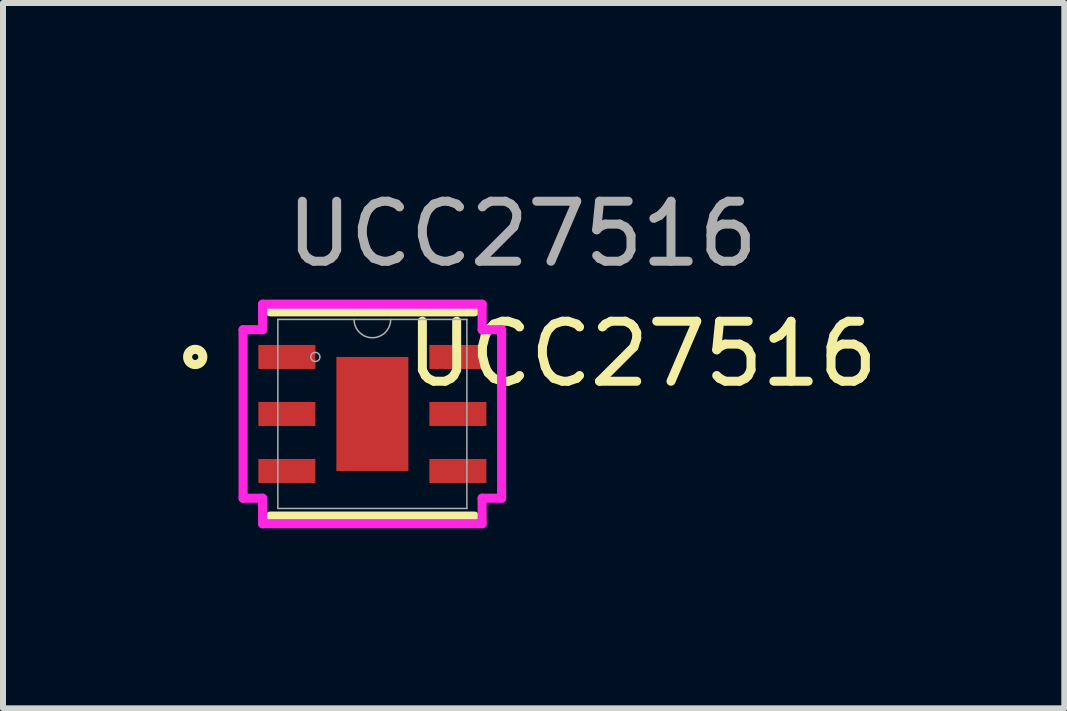
<source format=kicad_pcb>
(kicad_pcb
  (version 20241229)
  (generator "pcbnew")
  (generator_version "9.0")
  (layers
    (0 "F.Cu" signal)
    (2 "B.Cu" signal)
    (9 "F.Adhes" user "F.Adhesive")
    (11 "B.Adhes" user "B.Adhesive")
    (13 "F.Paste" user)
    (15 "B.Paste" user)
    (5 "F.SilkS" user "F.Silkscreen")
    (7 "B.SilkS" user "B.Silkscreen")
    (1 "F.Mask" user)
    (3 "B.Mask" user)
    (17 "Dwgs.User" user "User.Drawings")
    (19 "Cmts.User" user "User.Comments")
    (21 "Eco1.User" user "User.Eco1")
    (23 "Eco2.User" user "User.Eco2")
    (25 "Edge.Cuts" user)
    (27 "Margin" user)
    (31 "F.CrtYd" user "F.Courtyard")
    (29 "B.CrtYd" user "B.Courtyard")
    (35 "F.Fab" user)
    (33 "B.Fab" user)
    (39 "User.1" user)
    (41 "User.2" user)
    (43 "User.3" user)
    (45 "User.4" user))
  (footprint "UCC27516"
    (layer "F.Cu")
    (at 3.155 3.848)
    (property "Reference" "UCC27516" (at 4.5 -1 0) (unlocked yes) (layer "F.SilkS") (effects (font (size 1 1) (thickness 0.15))))
    (attr smd)
    (fp_poly (pts (xy -0.663 -1.014) (xy -0.2 -1.014) (xy -0.2 1.014) (xy -0.663 1.014)) (stroke (width 0) (type solid)) (fill yes) (layer "F.Mask"))
    (fp_poly (pts (xy -0.663 -1.014) (xy 0.663 -1.014) (xy 0.663 -0.594) (xy -0.663 -0.594)) (stroke (width 0) (type solid)) (fill yes) (layer "F.Mask"))
    (fp_poly (pts (xy -0.663 -0.194) (xy 0.663 -0.194) (xy 0.663 0.194) (xy -0.663 0.194)) (stroke (width 0) (type solid)) (fill yes) (layer "F.Mask"))
    (fp_poly (pts (xy -0.663 0.594) (xy 0.663 0.594) (xy 0.663 1.014) (xy -0.663 1.014)) (stroke (width 0) (type solid)) (fill yes) (layer "F.Mask"))
    (fp_poly (pts (xy 0.2 -1.014) (xy 0.663 -1.014) (xy 0.663 1.014) (xy 0.2 1.014)) (stroke (width 0) (type solid)) (fill yes) (layer "F.Mask"))
    (fp_line (start -1.702 1.702) (end 1.702 1.702) (stroke (width 0.152) (type solid)) (layer "F.SilkS"))
    (fp_line (start 1.702 -1.702) (end -1.702 -1.702) (stroke (width 0.152) (type solid)) (layer "F.SilkS"))
    (fp_circle (center -2.952 -0.95) (end -2.825 -0.95) (stroke (width 0.152) (type solid)) (fill no) (layer "F.SilkS"))
    (fp_poly (pts (xy -0.525 -0.875) (xy -0.525 -0.494) (xy -0.241 -0.494) (xy -0.1 -0.635) (xy -0.1 -0.875)) (stroke (width 0) (type solid)) (fill yes) (layer "F.Paste"))
    (fp_poly (pts (xy -0.525 0.494) (xy -0.525 0.875) (xy -0.1 0.875) (xy -0.1 0.635) (xy -0.241 0.494)) (stroke (width 0) (type solid)) (fill yes) (layer "F.Paste"))
    (fp_poly (pts (xy 0.1 -0.875) (xy 0.1 -0.635) (xy 0.241 -0.494) (xy 0.525 -0.494) (xy 0.525 -0.875)) (stroke (width 0) (type solid)) (fill yes) (layer "F.Paste"))
    (fp_poly (pts (xy 0.241 0.494) (xy 0.1 0.635) (xy 0.1 0.875) (xy 0.525 0.875) (xy 0.525 0.494)) (stroke (width 0) (type solid)) (fill yes) (layer "F.Paste"))
    (fp_poly (pts (xy -0.525 -0.294) (xy -0.525 0.294) (xy -0.241 0.294) (xy -0.1 0.152) (xy -0.1 -0.152) (xy -0.241 -0.294)) (stroke (width 0) (type solid)) (fill yes) (layer "F.Paste"))
    (fp_poly (pts (xy 0.241 -0.294) (xy 0.1 -0.152) (xy 0.1 0.152) (xy 0.241 0.294) (xy 0.525 0.294) (xy 0.525 -0.294)) (stroke (width 0) (type solid)) (fill yes) (layer "F.Paste"))
    (fp_circle (center 0 -0.394) (end 0.127 -0.394) (stroke (width 0.025) (type solid)) (fill no) (layer "Eco1.User"))
    (fp_circle (center 0 0.394) (end 0.127 0.394) (stroke (width 0.025) (type solid)) (fill no) (layer "Eco1.User"))
    (fp_line (start -2.154 -1.404) (end -1.829 -1.404) (stroke (width 0.152) (type solid)) (layer "F.CrtYd"))
    (fp_line (start -2.154 1.404) (end -2.154 -1.404) (stroke (width 0.152) (type solid)) (layer "F.CrtYd"))
    (fp_line (start -2.154 1.404) (end -1.829 1.404) (stroke (width 0.152) (type solid)) (layer "F.CrtYd"))
    (fp_line (start -1.829 -1.829) (end 1.829 -1.829) (stroke (width 0.152) (type solid)) (layer "F.CrtYd"))
    (fp_line (start -1.829 -1.404) (end -1.829 -1.829) (stroke (width 0.152) (type solid)) (layer "F.CrtYd"))
    (fp_line (start -1.829 1.829) (end -1.829 1.404) (stroke (width 0.152) (type solid)) (layer "F.CrtYd"))
    (fp_line (start 1.829 -1.829) (end 1.829 -1.404) (stroke (width 0.152) (type solid)) (layer "F.CrtYd"))
    (fp_line (start 1.829 1.404) (end 1.829 1.829) (stroke (width 0.152) (type solid)) (layer "F.CrtYd"))
    (fp_line (start 1.829 1.829) (end -1.829 1.829) (stroke (width 0.152) (type solid)) (layer "F.CrtYd"))
    (fp_line (start 2.154 -1.404) (end 1.829 -1.404) (stroke (width 0.152) (type solid)) (layer "F.CrtYd"))
    (fp_line (start 2.154 -1.404) (end 2.154 1.404) (stroke (width 0.152) (type solid)) (layer "F.CrtYd"))
    (fp_line (start 2.154 1.404) (end 1.829 1.404) (stroke (width 0.152) (type solid)) (layer "F.CrtYd"))
    (fp_line (start -1.575 -1.575) (end -1.575 1.575) (stroke (width 0.025) (type solid)) (layer "F.Fab"))
    (fp_line (start -1.575 1.575) (end 1.575 1.575) (stroke (width 0.025) (type solid)) (layer "F.Fab"))
    (fp_line (start 1.575 -1.575) (end -1.575 -1.575) (stroke (width 0.025) (type solid)) (layer "F.Fab"))
    (fp_line (start 1.575 1.575) (end 1.575 -1.575) (stroke (width 0.025) (type solid)) (layer "F.Fab"))
    (fp_arc (start 0.3048 -1.574999) (mid 0 -1.270199) (end -0.3048 -1.574999) (stroke (width 0.0254) (type solid)) (layer "F.Fab"))
    (fp_circle (center -0.95 -0.95) (end -0.874 -0.95) (stroke (width 0.025) (type solid)) (fill no) (layer "F.Fab"))
    (fp_text user "${REFERENCE}" (at 2.5 -3 0) (unlocked yes) (layer "F.Fab") (effects (font (size 1 1) (thickness 0.15))))
    (pad "1" smd rect (at -1.425 -0.95) (size 0.95 0.4) (layers "F.Cu" "F.Mask" "F.Paste"))
    (pad "2" smd rect (at -1.425 0) (size 0.95 0.4) (layers "F.Cu" "F.Mask" "F.Paste"))
    (pad "3" smd rect (at -1.425 0.95) (size 0.95 0.4) (layers "F.Cu" "F.Mask" "F.Paste"))
    (pad "4" smd rect (at 1.425 0.95) (size 0.95 0.4) (layers "F.Cu" "F.Mask" "F.Paste"))
    (pad "5" smd rect (at 1.425 0) (size 0.95 0.4) (layers "F.Cu" "F.Mask" "F.Paste"))
    (pad "6" smd rect (at 1.425 -0.95) (size 0.95 0.4) (layers "F.Cu" "F.Mask" "F.Paste"))
    (pad "7" smd rect (at 0 0) (size 1.2 1.9) (layers "F.Cu")))
  (gr_rect
    (start -3 -3)
    (end 14.685 8.753)
    (stroke (width 0.1) (type default))
    (fill no)
    (layer "Edge.Cuts")))
</source>
